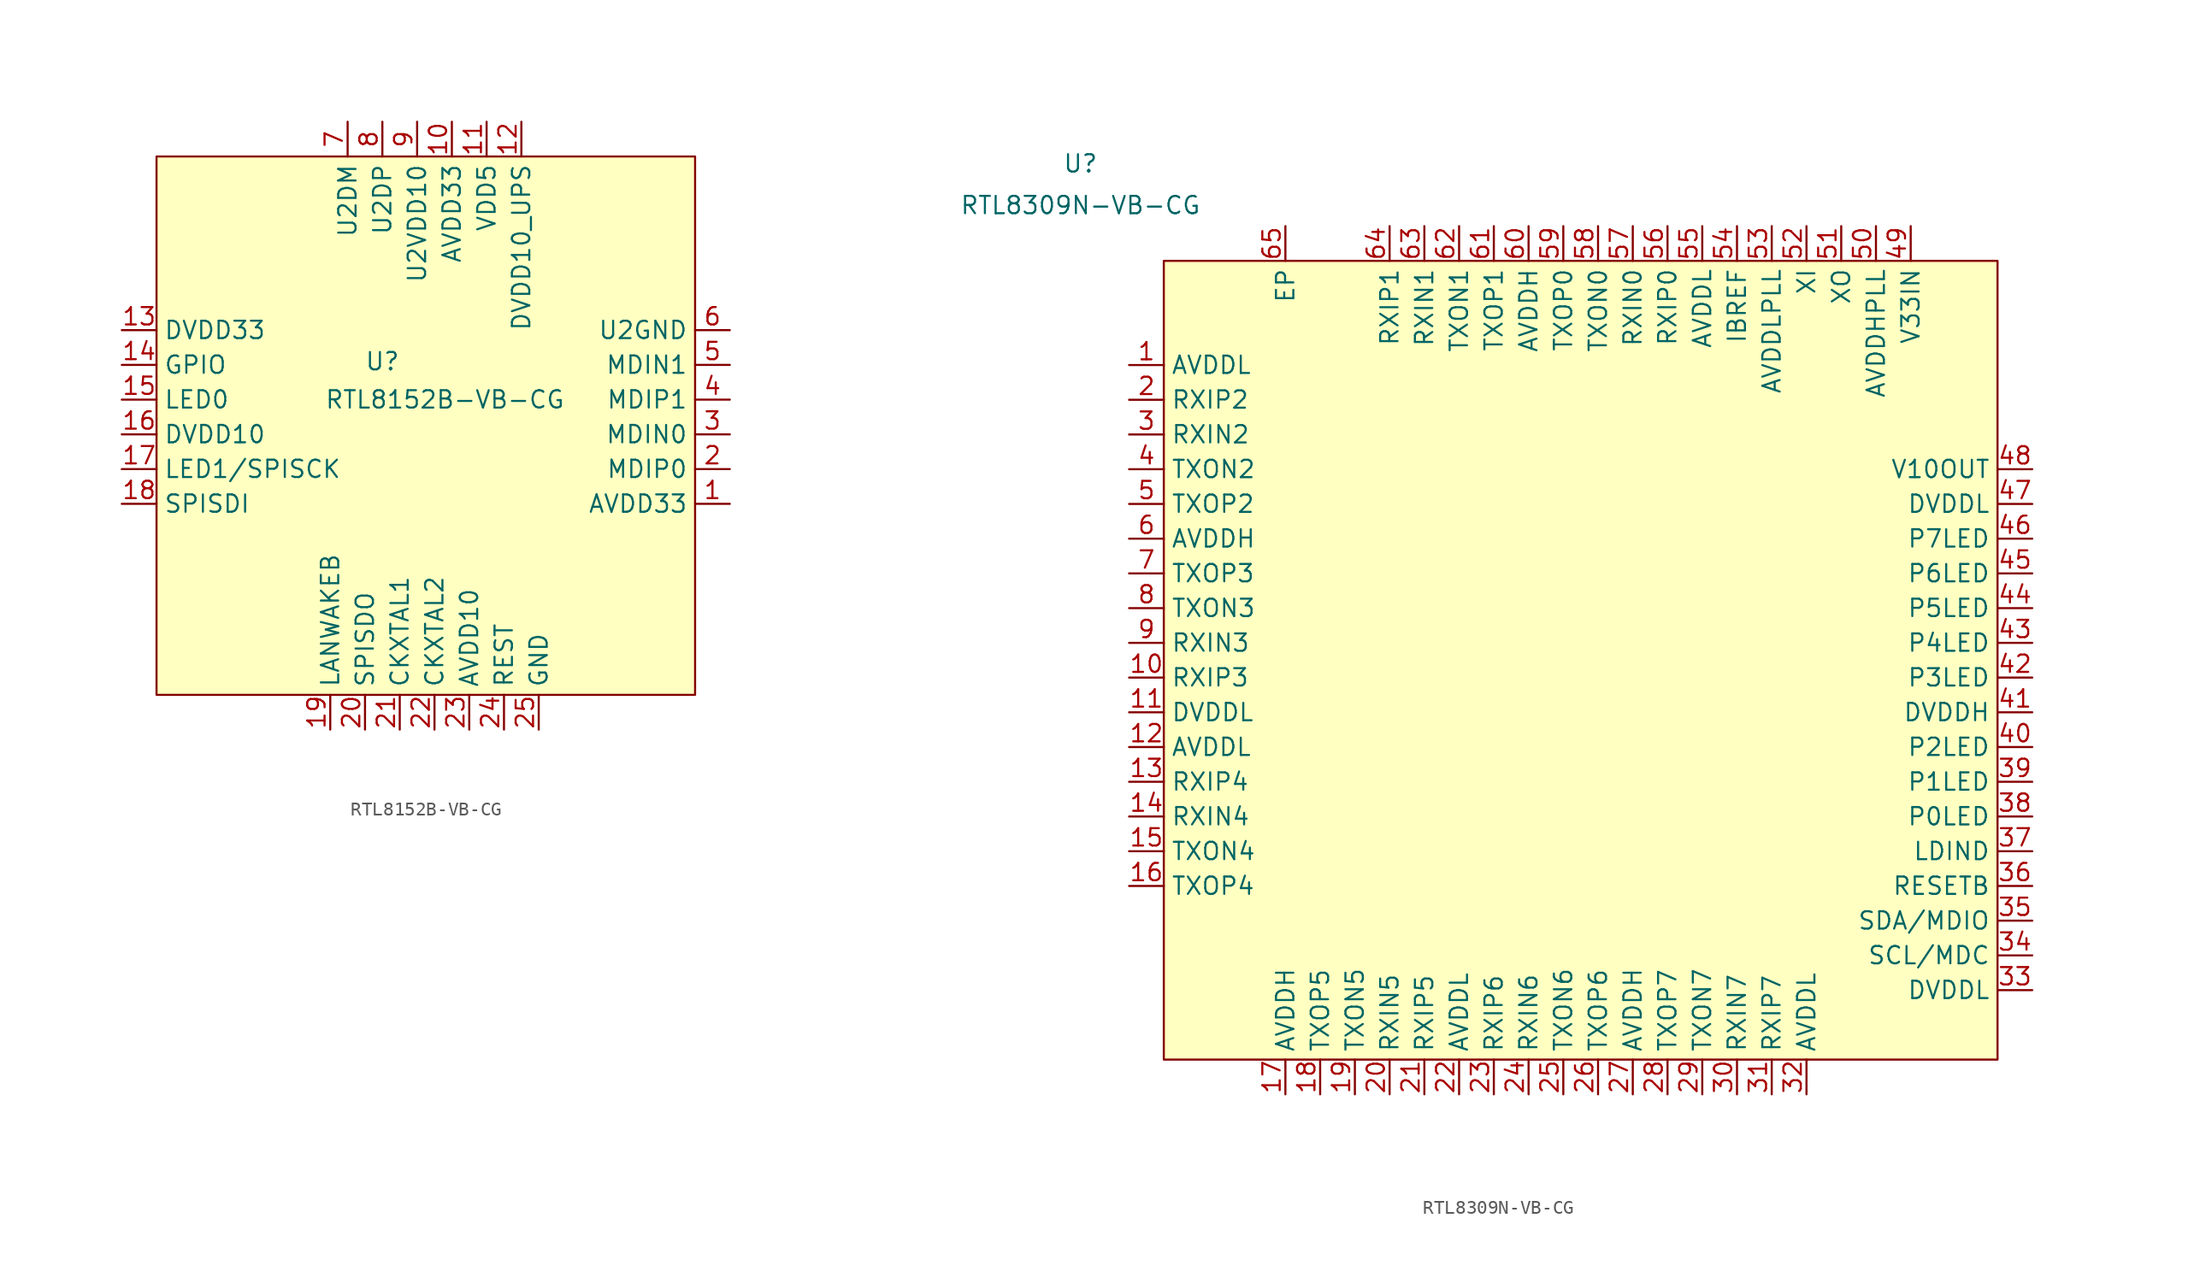
<source format=kicad_sym>
(kicad_symbol_lib
  (version 20241209)
  (generator "kicad_symbol_editor")
  (generator_version "9.0")
  (symbol "RTL8152B-VB-CG"
    (property "Reference" "U"
      (at -1.27 1.524 0)
      (effects (font (size 1.27 1.27))))
    (property "Value" "RTL8152B-VB-CG"
      (at 3.302 -1.27 0)
      (effects (font (size 1.27 1.27))))
    (symbol "RTL8152B-VB-CG_1_0"
      (pin bidirectional line (at -20.32 3.81 0) (length 2.54) (name "DVDD33" (effects (font (size 1.27 1.27)))) (number "13" (effects (font (size 1.27 1.27)))))
      (pin bidirectional line (at -20.32 1.27 0) (length 2.54) (name "GPIO" (effects (font (size 1.27 1.27)))) (number "14" (effects (font (size 1.27 1.27)))))
      (pin bidirectional line (at -20.32 -1.27 0) (length 2.54) (name "LED0" (effects (font (size 1.27 1.27)))) (number "15" (effects (font (size 1.27 1.27)))))
      (pin bidirectional line (at -20.32 -3.81 0) (length 2.54) (name "DVDD10" (effects (font (size 1.27 1.27)))) (number "16" (effects (font (size 1.27 1.27)))))
      (pin bidirectional line (at -20.32 -6.35 0) (length 2.54) (name "LED1/SPISCK" (effects (font (size 1.27 1.27)))) (number "17" (effects (font (size 1.27 1.27)))))
      (pin bidirectional line (at -20.32 -8.89 0) (length 2.54) (name "SPISDI" (effects (font (size 1.27 1.27)))) (number "18" (effects (font (size 1.27 1.27)))))
      (pin bidirectional line (at -5.08 -25.4 90) (length 2.54) (name "LANWAKEB" (effects (font (size 1.27 1.27)))) (number "19" (effects (font (size 1.27 1.27)))))
      (pin bidirectional line (at -3.81 19.05 270) (length 2.54) (name "U2DM" (effects (font (size 1.27 1.27)))) (number "7" (effects (font (size 1.27 1.27)))))
      (pin bidirectional line (at -2.54 -25.4 90) (length 2.54) (name "SPISDO" (effects (font (size 1.27 1.27)))) (number "20" (effects (font (size 1.27 1.27)))))
      (pin bidirectional line (at -1.27 19.05 270) (length 2.54) (name "U2DP" (effects (font (size 1.27 1.27)))) (number "8" (effects (font (size 1.27 1.27)))))
      (pin bidirectional line (at 0 -25.4 90) (length 2.54) (name "CKXTAL1" (effects (font (size 1.27 1.27)))) (number "21" (effects (font (size 1.27 1.27)))))
      (pin bidirectional line (at 1.27 19.05 270) (length 2.54) (name "U2VDD10" (effects (font (size 1.27 1.27)))) (number "9" (effects (font (size 1.27 1.27)))))
      (pin bidirectional line (at 2.54 -25.4 90) (length 2.54) (name "CKXTAL2" (effects (font (size 1.27 1.27)))) (number "22" (effects (font (size 1.27 1.27)))))
      (pin bidirectional line (at 3.81 19.05 270) (length 2.54) (name "AVDD33" (effects (font (size 1.27 1.27)))) (number "10" (effects (font (size 1.27 1.27)))))
      (pin bidirectional line (at 5.08 -25.4 90) (length 2.54) (name "AVDD10" (effects (font (size 1.27 1.27)))) (number "23" (effects (font (size 1.27 1.27)))))
      (pin bidirectional line (at 6.35 19.05 270) (length 2.54) (name "VDD5" (effects (font (size 1.27 1.27)))) (number "11" (effects (font (size 1.27 1.27)))))
      (pin bidirectional line (at 7.62 -25.4 90) (length 2.54) (name "REST" (effects (font (size 1.27 1.27)))) (number "24" (effects (font (size 1.27 1.27)))))
      (pin bidirectional line (at 8.89 19.05 270) (length 2.54) (name "DVDD10_UPS" (effects (font (size 1.27 1.27)))) (number "12" (effects (font (size 1.27 1.27)))))
      (pin bidirectional line (at 10.16 -25.4 90) (length 2.54) (name "GND" (effects (font (size 1.27 1.27)))) (number "25" (effects (font (size 1.27 1.27)))))
      (pin bidirectional line (at 24.13 3.81 180) (length 2.54) (name "U2GND" (effects (font (size 1.27 1.27)))) (number "6" (effects (font (size 1.27 1.27)))))
      (pin bidirectional line (at 24.13 1.27 180) (length 2.54) (name "MDIN1" (effects (font (size 1.27 1.27)))) (number "5" (effects (font (size 1.27 1.27)))))
      (pin bidirectional line (at 24.13 -1.27 180) (length 2.54) (name "MDIP1" (effects (font (size 1.27 1.27)))) (number "4" (effects (font (size 1.27 1.27)))))
      (pin bidirectional line (at 24.13 -3.81 180) (length 2.54) (name "MDIN0" (effects (font (size 1.27 1.27)))) (number "3" (effects (font (size 1.27 1.27)))))
      (pin bidirectional line (at 24.13 -6.35 180) (length 2.54) (name "MDIP0" (effects (font (size 1.27 1.27)))) (number "2" (effects (font (size 1.27 1.27))))))
    (symbol "RTL8152B-VB-CG_1_1"
      (rectangle (start -17.78 16.51) (end 21.59 -22.86) (stroke (width 0) (type solid)) (fill (type background)))
      (pin bidirectional line (at 24.13 -8.89 180) (length 2.54) (name "AVDD33" (effects (font (size 1.27 1.27)))) (number "1" (effects (font (size 1.27 1.27)))))))
  (symbol "RTL8309N-VB-CG"
    (property "Reference" "U"
      (at -27.686 21.082 0)
      (effects (font (size 1.27 1.27))))
    (property "Value" "RTL8309N-VB-CG"
      (at -27.686 18.034 0)
      (effects (font (size 1.27 1.27))))
    (symbol "RTL8309N-VB-CG_1_1"
      (rectangle (start -21.59 13.97) (end 39.37 -44.45) (stroke (width 0) (type solid)) (fill (type background)))
      (pin input line (at -24.13 6.35 0) (length 2.54) (name "AVDDL" (effects (font (size 1.27 1.27)))) (number "1" (effects (font (size 1.27 1.27)))))
      (pin input line (at -24.13 3.81 0) (length 2.54) (name "RXIP2" (effects (font (size 1.27 1.27)))) (number "2" (effects (font (size 1.27 1.27)))))
      (pin input line (at -24.13 1.27 0) (length 2.54) (name "RXIN2" (effects (font (size 1.27 1.27)))) (number "3" (effects (font (size 1.27 1.27)))))
      (pin input line (at -24.13 -1.27 0) (length 2.54) (name "TXON2" (effects (font (size 1.27 1.27)))) (number "4" (effects (font (size 1.27 1.27)))))
      (pin input line (at -24.13 -3.81 0) (length 2.54) (name "TXOP2" (effects (font (size 1.27 1.27)))) (number "5" (effects (font (size 1.27 1.27)))))
      (pin input line (at -24.13 -6.35 0) (length 2.54) (name "AVDDH" (effects (font (size 1.27 1.27)))) (number "6" (effects (font (size 1.27 1.27)))))
      (pin input line (at -24.13 -8.89 0) (length 2.54) (name "TXOP3" (effects (font (size 1.27 1.27)))) (number "7" (effects (font (size 1.27 1.27)))))
      (pin input line (at -24.13 -11.43 0) (length 2.54) (name "TXON3" (effects (font (size 1.27 1.27)))) (number "8" (effects (font (size 1.27 1.27)))))
      (pin input line (at -24.13 -13.97 0) (length 2.54) (name "RXIN3" (effects (font (size 1.27 1.27)))) (number "9" (effects (font (size 1.27 1.27)))))
      (pin input line (at -24.13 -16.51 0) (length 2.54) (name "RXIP3" (effects (font (size 1.27 1.27)))) (number "10" (effects (font (size 1.27 1.27)))))
      (pin input line (at -24.13 -19.05 0) (length 2.54) (name "DVDDL" (effects (font (size 1.27 1.27)))) (number "11" (effects (font (size 1.27 1.27)))))
      (pin input line (at -24.13 -21.59 0) (length 2.54) (name "AVDDL" (effects (font (size 1.27 1.27)))) (number "12" (effects (font (size 1.27 1.27)))))
      (pin input line (at -24.13 -24.13 0) (length 2.54) (name "RXIP4" (effects (font (size 1.27 1.27)))) (number "13" (effects (font (size 1.27 1.27)))))
      (pin input line (at -24.13 -26.67 0) (length 2.54) (name "RXIN4" (effects (font (size 1.27 1.27)))) (number "14" (effects (font (size 1.27 1.27)))))
      (pin input line (at -24.13 -29.21 0) (length 2.54) (name "TXON4" (effects (font (size 1.27 1.27)))) (number "15" (effects (font (size 1.27 1.27)))))
      (pin input line (at -24.13 -31.75 0) (length 2.54) (name "TXOP4" (effects (font (size 1.27 1.27)))) (number "16" (effects (font (size 1.27 1.27)))))
      (pin input line (at -12.7 16.51 270) (length 2.54) (name "EP" (effects (font (size 1.27 1.27)))) (number "65" (effects (font (size 1.27 1.27)))))
      (pin input line (at -12.7 -46.99 90) (length 2.54) (name "AVDDH" (effects (font (size 1.27 1.27)))) (number "17" (effects (font (size 1.27 1.27)))))
      (pin input line (at -10.16 -46.99 90) (length 2.54) (name "TXOP5" (effects (font (size 1.27 1.27)))) (number "18" (effects (font (size 1.27 1.27)))))
      (pin input line (at -7.62 -46.99 90) (length 2.54) (name "TXON5" (effects (font (size 1.27 1.27)))) (number "19" (effects (font (size 1.27 1.27)))))
      (pin input line (at -5.08 16.51 270) (length 2.54) (name "RXIP1" (effects (font (size 1.27 1.27)))) (number "64" (effects (font (size 1.27 1.27)))))
      (pin input line (at -5.08 -46.99 90) (length 2.54) (name "RXIN5" (effects (font (size 1.27 1.27)))) (number "20" (effects (font (size 1.27 1.27)))))
      (pin input line (at -2.54 16.51 270) (length 2.54) (name "RXIN1" (effects (font (size 1.27 1.27)))) (number "63" (effects (font (size 1.27 1.27)))))
      (pin input line (at -2.54 -46.99 90) (length 2.54) (name "RXIP5" (effects (font (size 1.27 1.27)))) (number "21" (effects (font (size 1.27 1.27)))))
      (pin input line (at 0 16.51 270) (length 2.54) (name "TXON1" (effects (font (size 1.27 1.27)))) (number "62" (effects (font (size 1.27 1.27)))))
      (pin input line (at 0 -46.99 90) (length 2.54) (name "AVDDL" (effects (font (size 1.27 1.27)))) (number "22" (effects (font (size 1.27 1.27)))))
      (pin input line (at 2.54 16.51 270) (length 2.54) (name "TXOP1" (effects (font (size 1.27 1.27)))) (number "61" (effects (font (size 1.27 1.27)))))
      (pin input line (at 2.54 -46.99 90) (length 2.54) (name "RXIP6" (effects (font (size 1.27 1.27)))) (number "23" (effects (font (size 1.27 1.27)))))
      (pin input line (at 5.08 16.51 270) (length 2.54) (name "AVDDH" (effects (font (size 1.27 1.27)))) (number "60" (effects (font (size 1.27 1.27)))))
      (pin input line (at 5.08 -46.99 90) (length 2.54) (name "RXIN6" (effects (font (size 1.27 1.27)))) (number "24" (effects (font (size 1.27 1.27)))))
      (pin input line (at 7.62 16.51 270) (length 2.54) (name "TXOP0" (effects (font (size 1.27 1.27)))) (number "59" (effects (font (size 1.27 1.27)))))
      (pin input line (at 7.62 -46.99 90) (length 2.54) (name "TXON6" (effects (font (size 1.27 1.27)))) (number "25" (effects (font (size 1.27 1.27)))))
      (pin input line (at 10.16 16.51 270) (length 2.54) (name "TXON0" (effects (font (size 1.27 1.27)))) (number "58" (effects (font (size 1.27 1.27)))))
      (pin input line (at 10.16 -46.99 90) (length 2.54) (name "TXOP6" (effects (font (size 1.27 1.27)))) (number "26" (effects (font (size 1.27 1.27)))))
      (pin input line (at 12.7 16.51 270) (length 2.54) (name "RXIN0" (effects (font (size 1.27 1.27)))) (number "57" (effects (font (size 1.27 1.27)))))
      (pin input line (at 12.7 -46.99 90) (length 2.54) (name "AVDDH" (effects (font (size 1.27 1.27)))) (number "27" (effects (font (size 1.27 1.27)))))
      (pin input line (at 15.24 16.51 270) (length 2.54) (name "RXIP0" (effects (font (size 1.27 1.27)))) (number "56" (effects (font (size 1.27 1.27)))))
      (pin input line (at 15.24 -46.99 90) (length 2.54) (name "TXOP7" (effects (font (size 1.27 1.27)))) (number "28" (effects (font (size 1.27 1.27)))))
      (pin input line (at 17.78 16.51 270) (length 2.54) (name "AVDDL" (effects (font (size 1.27 1.27)))) (number "55" (effects (font (size 1.27 1.27)))))
      (pin input line (at 17.78 -46.99 90) (length 2.54) (name "TXON7" (effects (font (size 1.27 1.27)))) (number "29" (effects (font (size 1.27 1.27)))))
      (pin input line (at 20.32 16.51 270) (length 2.54) (name "IBREF" (effects (font (size 1.27 1.27)))) (number "54" (effects (font (size 1.27 1.27)))))
      (pin input line (at 20.32 -46.99 90) (length 2.54) (name "RXIN7" (effects (font (size 1.27 1.27)))) (number "30" (effects (font (size 1.27 1.27)))))
      (pin input line (at 22.86 16.51 270) (length 2.54) (name "AVDDLPLL" (effects (font (size 1.27 1.27)))) (number "53" (effects (font (size 1.27 1.27)))))
      (pin input line (at 22.86 -46.99 90) (length 2.54) (name "RXIP7" (effects (font (size 1.27 1.27)))) (number "31" (effects (font (size 1.27 1.27)))))
      (pin input line (at 25.4 16.51 270) (length 2.54) (name "XI" (effects (font (size 1.27 1.27)))) (number "52" (effects (font (size 1.27 1.27)))))
      (pin input line (at 25.4 -46.99 90) (length 2.54) (name "AVDDL" (effects (font (size 1.27 1.27)))) (number "32" (effects (font (size 1.27 1.27)))))
      (pin input line (at 27.94 16.51 270) (length 2.54) (name "XO" (effects (font (size 1.27 1.27)))) (number "51" (effects (font (size 1.27 1.27)))))
      (pin input line (at 30.48 16.51 270) (length 2.54) (name "AVDDHPLL" (effects (font (size 1.27 1.27)))) (number "50" (effects (font (size 1.27 1.27)))))
      (pin input line (at 33.02 16.51 270) (length 2.54) (name "V33IN" (effects (font (size 1.27 1.27)))) (number "49" (effects (font (size 1.27 1.27)))))
      (pin input line (at 41.91 -1.27 180) (length 2.54) (name "V10OUT" (effects (font (size 1.27 1.27)))) (number "48" (effects (font (size 1.27 1.27)))))
      (pin input line (at 41.91 -3.81 180) (length 2.54) (name "DVDDL" (effects (font (size 1.27 1.27)))) (number "47" (effects (font (size 1.27 1.27)))))
      (pin input line (at 41.91 -6.35 180) (length 2.54) (name "P7LED" (effects (font (size 1.27 1.27)))) (number "46" (effects (font (size 1.27 1.27)))))
      (pin input line (at 41.91 -8.89 180) (length 2.54) (name "P6LED" (effects (font (size 1.27 1.27)))) (number "45" (effects (font (size 1.27 1.27)))))
      (pin input line (at 41.91 -11.43 180) (length 2.54) (name "P5LED" (effects (font (size 1.27 1.27)))) (number "44" (effects (font (size 1.27 1.27)))))
      (pin input line (at 41.91 -13.97 180) (length 2.54) (name "P4LED" (effects (font (size 1.27 1.27)))) (number "43" (effects (font (size 1.27 1.27)))))
      (pin input line (at 41.91 -16.51 180) (length 2.54) (name "P3LED" (effects (font (size 1.27 1.27)))) (number "42" (effects (font (size 1.27 1.27)))))
      (pin input line (at 41.91 -19.05 180) (length 2.54) (name "DVDDH" (effects (font (size 1.27 1.27)))) (number "41" (effects (font (size 1.27 1.27)))))
      (pin input line (at 41.91 -21.59 180) (length 2.54) (name "P2LED" (effects (font (size 1.27 1.27)))) (number "40" (effects (font (size 1.27 1.27)))))
      (pin input line (at 41.91 -24.13 180) (length 2.54) (name "P1LED" (effects (font (size 1.27 1.27)))) (number "39" (effects (font (size 1.27 1.27)))))
      (pin input line (at 41.91 -26.67 180) (length 2.54) (name "P0LED" (effects (font (size 1.27 1.27)))) (number "38" (effects (font (size 1.27 1.27)))))
      (pin input line (at 41.91 -29.21 180) (length 2.54) (name "LDIND" (effects (font (size 1.27 1.27)))) (number "37" (effects (font (size 1.27 1.27)))))
      (pin input line (at 41.91 -31.75 180) (length 2.54) (name "RESETB" (effects (font (size 1.27 1.27)))) (number "36" (effects (font (size 1.27 1.27)))))
      (pin input line (at 41.91 -34.29 180) (length 2.54) (name "SDA/MDIO" (effects (font (size 1.27 1.27)))) (number "35" (effects (font (size 1.27 1.27)))))
      (pin input line (at 41.91 -36.83 180) (length 2.54) (name "SCL/MDC" (effects (font (size 1.27 1.27)))) (number "34" (effects (font (size 1.27 1.27)))))
      (pin input line (at 41.91 -39.37 180) (length 2.54) (name "DVDDL" (effects (font (size 1.27 1.27)))) (number "33" (effects (font (size 1.27 1.27))))))))
</source>
